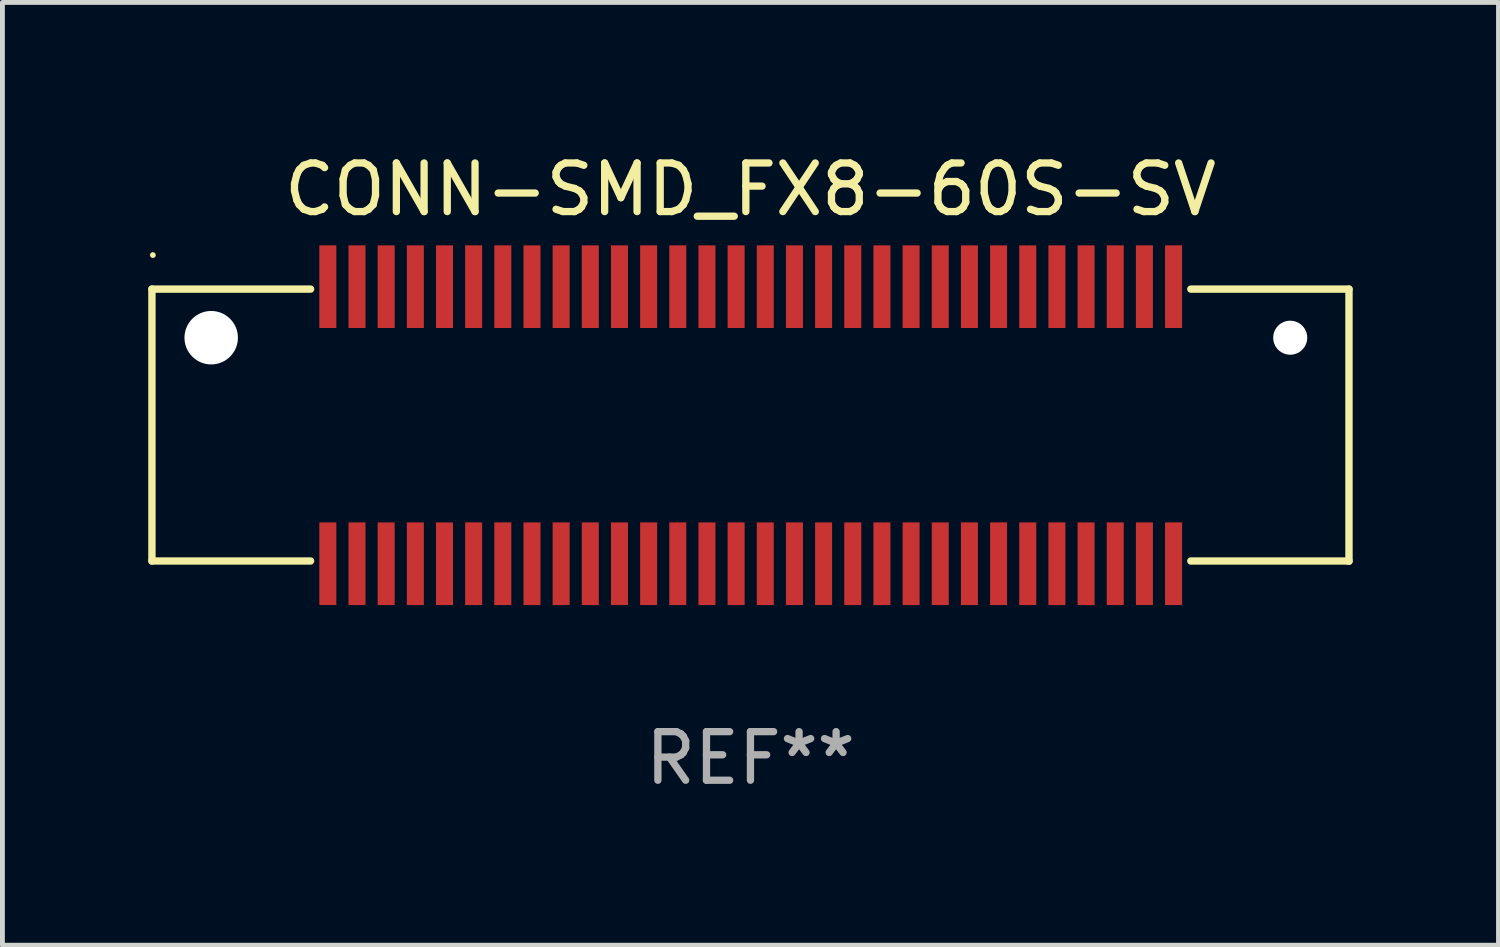
<source format=kicad_pcb>
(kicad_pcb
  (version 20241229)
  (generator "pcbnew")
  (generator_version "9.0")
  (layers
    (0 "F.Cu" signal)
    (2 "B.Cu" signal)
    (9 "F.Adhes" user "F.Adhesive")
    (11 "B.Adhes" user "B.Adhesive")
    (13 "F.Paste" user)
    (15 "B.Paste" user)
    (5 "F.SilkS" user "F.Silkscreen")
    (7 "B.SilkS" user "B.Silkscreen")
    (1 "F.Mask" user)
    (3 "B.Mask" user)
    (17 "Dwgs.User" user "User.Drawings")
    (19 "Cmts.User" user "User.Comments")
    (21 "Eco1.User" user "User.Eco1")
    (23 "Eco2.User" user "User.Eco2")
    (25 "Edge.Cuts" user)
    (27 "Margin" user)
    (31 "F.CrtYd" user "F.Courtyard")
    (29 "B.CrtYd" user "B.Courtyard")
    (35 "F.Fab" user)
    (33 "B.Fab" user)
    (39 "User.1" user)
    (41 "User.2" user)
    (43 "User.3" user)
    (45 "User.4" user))
  (footprint "CONN-SMD_FX8-60S-SV"
    (layer "F.Cu")
    (at 12.395 5.698)
    (property "Reference" "CONN-SMD_FX8-60S-SV" (at -0.005 -4.85 0) (layer "F.SilkS") (effects (font (size 1 1) (thickness 0.15))))
    (attr smd)
    (fp_line (start -12.319 -2.8) (end -12.319 2.794) (stroke (width 0.152) (type solid)) (layer "F.SilkS"))
    (fp_line (start -12.319 2.794) (end -9.055 2.794) (stroke (width 0.152) (type solid)) (layer "F.SilkS"))
    (fp_line (start -9.055 -2.8) (end -12.319 -2.8) (stroke (width 0.152) (type solid)) (layer "F.SilkS"))
    (fp_line (start 9.055 2.794) (end 12.309 2.794) (stroke (width 0.152) (type solid)) (layer "F.SilkS"))
    (fp_line (start 12.309 -2.8) (end 9.055 -2.8) (stroke (width 0.152) (type solid)) (layer "F.SilkS"))
    (fp_line (start 12.309 2.8) (end 12.309 -2.8) (stroke (width 0.152) (type solid)) (layer "F.SilkS"))
    (fp_circle (center -12.3 -3.5) (end -12.27 -3.5) (stroke (width 0.06) (type solid)) (fill no) (layer "F.SilkS"))
    (fp_circle (center -11.1 -1.8) (end -10.875 -1.8) (stroke (width 0.45) (type solid)) (fill no) (layer "F.Fab"))
    (fp_circle (center 11.1 -1.8) (end 11.25 -1.8) (stroke (width 0.3) (type solid)) (fill no) (layer "F.Fab"))
    (fp_text user "REF**" (at -0.005 6.85 0) (layer "F.Fab") (effects (font (size 1 1) (thickness 0.15))))
    (pad "" np_thru_hole circle (at -11.1 -1.8) (size 1.1 1.1) (drill 1.1) (layers "*.Cu" "*.Mask"))
    (pad "" np_thru_hole circle (at 11.1 -1.8) (size 0.7 0.7) (drill 0.7) (layers "*.Cu" "*.Mask"))
    (pad "1" smd rect (at -8.7 -2.85 90) (size 1.7 0.35) (layers "F.Cu" "F.Mask" "F.Paste"))
    (pad "2" smd rect (at -8.1 -2.85 90) (size 1.7 0.35) (layers "F.Cu" "F.Mask" "F.Paste"))
    (pad "3" smd rect (at -7.5 -2.85 90) (size 1.7 0.35) (layers "F.Cu" "F.Mask" "F.Paste"))
    (pad "4" smd rect (at -6.9 -2.85 90) (size 1.7 0.35) (layers "F.Cu" "F.Mask" "F.Paste"))
    (pad "5" smd rect (at -6.3 -2.85 90) (size 1.7 0.35) (layers "F.Cu" "F.Mask" "F.Paste"))
    (pad "6" smd rect (at -5.7 -2.85 90) (size 1.7 0.35) (layers "F.Cu" "F.Mask" "F.Paste"))
    (pad "7" smd rect (at -5.1 -2.85 90) (size 1.7 0.35) (layers "F.Cu" "F.Mask" "F.Paste"))
    (pad "8" smd rect (at -4.5 -2.85 90) (size 1.7 0.35) (layers "F.Cu" "F.Mask" "F.Paste"))
    (pad "9" smd rect (at -3.9 -2.85 90) (size 1.7 0.35) (layers "F.Cu" "F.Mask" "F.Paste"))
    (pad "10" smd rect (at -3.3 -2.85 90) (size 1.7 0.35) (layers "F.Cu" "F.Mask" "F.Paste"))
    (pad "11" smd rect (at -2.7 -2.85 90) (size 1.7 0.35) (layers "F.Cu" "F.Mask" "F.Paste"))
    (pad "12" smd rect (at -2.1 -2.85 90) (size 1.7 0.35) (layers "F.Cu" "F.Mask" "F.Paste"))
    (pad "13" smd rect (at -1.5 -2.85 90) (size 1.7 0.35) (layers "F.Cu" "F.Mask" "F.Paste"))
    (pad "14" smd rect (at -0.9 -2.85 90) (size 1.7 0.35) (layers "F.Cu" "F.Mask" "F.Paste"))
    (pad "15" smd rect (at -0.3 -2.85 90) (size 1.7 0.35) (layers "F.Cu" "F.Mask" "F.Paste"))
    (pad "16" smd rect (at 0.3 -2.85 90) (size 1.7 0.35) (layers "F.Cu" "F.Mask" "F.Paste"))
    (pad "17" smd rect (at 0.9 -2.85 90) (size 1.7 0.35) (layers "F.Cu" "F.Mask" "F.Paste"))
    (pad "18" smd rect (at 1.5 -2.85 90) (size 1.7 0.35) (layers "F.Cu" "F.Mask" "F.Paste"))
    (pad "19" smd rect (at 2.1 -2.85 90) (size 1.7 0.35) (layers "F.Cu" "F.Mask" "F.Paste"))
    (pad "20" smd rect (at 2.7 -2.85 90) (size 1.7 0.35) (layers "F.Cu" "F.Mask" "F.Paste"))
    (pad "21" smd rect (at 3.3 -2.85 90) (size 1.7 0.35) (layers "F.Cu" "F.Mask" "F.Paste"))
    (pad "22" smd rect (at 3.9 -2.85 90) (size 1.7 0.35) (layers "F.Cu" "F.Mask" "F.Paste"))
    (pad "23" smd rect (at 4.5 -2.85 90) (size 1.7 0.35) (layers "F.Cu" "F.Mask" "F.Paste"))
    (pad "24" smd rect (at 5.1 -2.85 90) (size 1.7 0.35) (layers "F.Cu" "F.Mask" "F.Paste"))
    (pad "25" smd rect (at 5.7 -2.85 90) (size 1.7 0.35) (layers "F.Cu" "F.Mask" "F.Paste"))
    (pad "26" smd rect (at 6.3 -2.85 90) (size 1.7 0.35) (layers "F.Cu" "F.Mask" "F.Paste"))
    (pad "27" smd rect (at 6.9 -2.85 90) (size 1.7 0.35) (layers "F.Cu" "F.Mask" "F.Paste"))
    (pad "28" smd rect (at 7.5 -2.85 90) (size 1.7 0.35) (layers "F.Cu" "F.Mask" "F.Paste"))
    (pad "29" smd rect (at 8.1 -2.85 90) (size 1.7 0.35) (layers "F.Cu" "F.Mask" "F.Paste"))
    (pad "30" smd rect (at 8.7 -2.85 90) (size 1.7 0.35) (layers "F.Cu" "F.Mask" "F.Paste"))
    (pad "31" smd rect (at -8.7 2.85 90) (size 1.7 0.35) (layers "F.Cu" "F.Mask" "F.Paste"))
    (pad "32" smd rect (at -8.1 2.85 90) (size 1.7 0.35) (layers "F.Cu" "F.Mask" "F.Paste"))
    (pad "33" smd rect (at -7.5 2.85 90) (size 1.7 0.35) (layers "F.Cu" "F.Mask" "F.Paste"))
    (pad "34" smd rect (at -6.9 2.85 90) (size 1.7 0.35) (layers "F.Cu" "F.Mask" "F.Paste"))
    (pad "35" smd rect (at -6.3 2.85 90) (size 1.7 0.35) (layers "F.Cu" "F.Mask" "F.Paste"))
    (pad "36" smd rect (at -5.7 2.85 90) (size 1.7 0.35) (layers "F.Cu" "F.Mask" "F.Paste"))
    (pad "37" smd rect (at -5.1 2.85 90) (size 1.7 0.35) (layers "F.Cu" "F.Mask" "F.Paste"))
    (pad "38" smd rect (at -4.5 2.85 90) (size 1.7 0.35) (layers "F.Cu" "F.Mask" "F.Paste"))
    (pad "39" smd rect (at -3.9 2.85 90) (size 1.7 0.35) (layers "F.Cu" "F.Mask" "F.Paste"))
    (pad "40" smd rect (at -3.3 2.85 90) (size 1.7 0.35) (layers "F.Cu" "F.Mask" "F.Paste"))
    (pad "41" smd rect (at -2.7 2.85 90) (size 1.7 0.35) (layers "F.Cu" "F.Mask" "F.Paste"))
    (pad "42" smd rect (at -2.1 2.85 90) (size 1.7 0.35) (layers "F.Cu" "F.Mask" "F.Paste"))
    (pad "43" smd rect (at -1.5 2.85 90) (size 1.7 0.35) (layers "F.Cu" "F.Mask" "F.Paste"))
    (pad "44" smd rect (at -0.9 2.85 90) (size 1.7 0.35) (layers "F.Cu" "F.Mask" "F.Paste"))
    (pad "45" smd rect (at -0.3 2.85 90) (size 1.7 0.35) (layers "F.Cu" "F.Mask" "F.Paste"))
    (pad "46" smd rect (at 0.3 2.85 90) (size 1.7 0.35) (layers "F.Cu" "F.Mask" "F.Paste"))
    (pad "47" smd rect (at 0.9 2.85 90) (size 1.7 0.35) (layers "F.Cu" "F.Mask" "F.Paste"))
    (pad "48" smd rect (at 1.5 2.85 90) (size 1.7 0.35) (layers "F.Cu" "F.Mask" "F.Paste"))
    (pad "49" smd rect (at 2.1 2.85 90) (size 1.7 0.35) (layers "F.Cu" "F.Mask" "F.Paste"))
    (pad "50" smd rect (at 2.7 2.85 90) (size 1.7 0.35) (layers "F.Cu" "F.Mask" "F.Paste"))
    (pad "51" smd rect (at 3.3 2.85 90) (size 1.7 0.35) (layers "F.Cu" "F.Mask" "F.Paste"))
    (pad "52" smd rect (at 3.9 2.85 90) (size 1.7 0.35) (layers "F.Cu" "F.Mask" "F.Paste"))
    (pad "53" smd rect (at 4.5 2.85 90) (size 1.7 0.35) (layers "F.Cu" "F.Mask" "F.Paste"))
    (pad "54" smd rect (at 5.1 2.85 90) (size 1.7 0.35) (layers "F.Cu" "F.Mask" "F.Paste"))
    (pad "55" smd rect (at 5.7 2.85 90) (size 1.7 0.35) (layers "F.Cu" "F.Mask" "F.Paste"))
    (pad "56" smd rect (at 6.3 2.85 90) (size 1.7 0.35) (layers "F.Cu" "F.Mask" "F.Paste"))
    (pad "57" smd rect (at 6.9 2.85 90) (size 1.7 0.35) (layers "F.Cu" "F.Mask" "F.Paste"))
    (pad "58" smd rect (at 7.5 2.85 90) (size 1.7 0.35) (layers "F.Cu" "F.Mask" "F.Paste"))
    (pad "59" smd rect (at 8.1 2.85 90) (size 1.7 0.35) (layers "F.Cu" "F.Mask" "F.Paste"))
    (pad "60" smd rect (at 8.7 2.85 90) (size 1.7 0.35) (layers "F.Cu" "F.Mask" "F.Paste")))
  (gr_rect
    (start -3 -3)
    (end 27.78 16.397)
    (stroke (width 0.1) (type default))
    (fill no)
    (layer "Edge.Cuts")))
</source>
